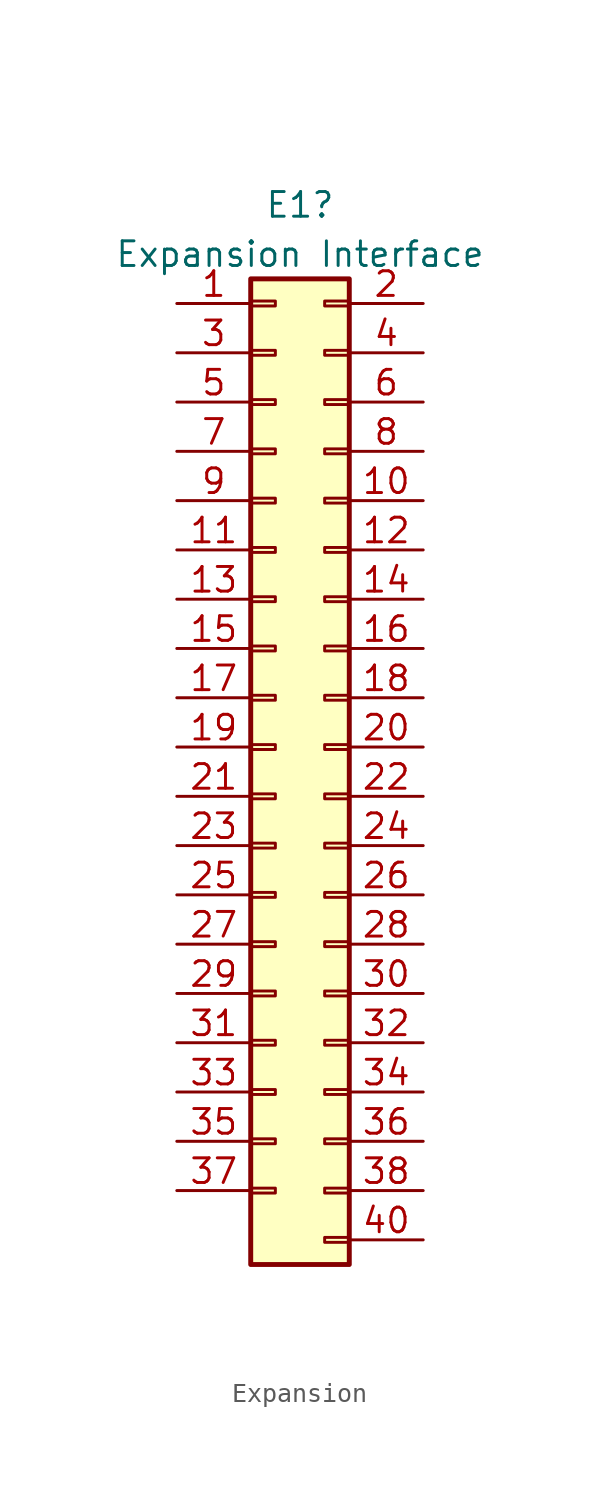
<source format=kicad_sym>
(kicad_symbol_lib
  (version 20220914)
  (generator kicad_symbol_editor)
  (symbol "Expansion"
    (pin_names
      (offset 1.016) hide)
    (property "Reference" "E1"
      (at 1.27 27.94 0)
      (effects (font (size 1.27 1.27))))
    (property "Value" "Expansion Interface"
      (at 1.27 25.4 0)
      (effects (font (size 1.27 1.27))))
    (symbol "Expansion_1_1"
      (rectangle (start -1.27 -22.733) (end 0 -22.987) (stroke (width 0.152) (type default)) (fill (type none)))
      (rectangle (start -1.27 -20.193) (end 0 -20.447) (stroke (width 0.152) (type default)) (fill (type none)))
      (rectangle (start -1.27 -17.653) (end 0 -17.907) (stroke (width 0.152) (type default)) (fill (type none)))
      (rectangle (start -1.27 -15.113) (end 0 -15.367) (stroke (width 0.152) (type default)) (fill (type none)))
      (rectangle (start -1.27 -12.573) (end 0 -12.827) (stroke (width 0.152) (type default)) (fill (type none)))
      (rectangle (start -1.27 -10.033) (end 0 -10.287) (stroke (width 0.152) (type default)) (fill (type none)))
      (rectangle (start -1.27 -7.493) (end 0 -7.747) (stroke (width 0.152) (type default)) (fill (type none)))
      (rectangle (start -1.27 -4.953) (end 0 -5.207) (stroke (width 0.152) (type default)) (fill (type none)))
      (rectangle (start -1.27 -2.413) (end 0 -2.667) (stroke (width 0.152) (type default)) (fill (type none)))
      (rectangle (start -1.27 0.127) (end 0 -0.127) (stroke (width 0.152) (type default)) (fill (type none)))
      (rectangle (start -1.27 2.667) (end 0 2.413) (stroke (width 0.152) (type default)) (fill (type none)))
      (rectangle (start -1.27 5.207) (end 0 4.953) (stroke (width 0.152) (type default)) (fill (type none)))
      (rectangle (start -1.27 7.747) (end 0 7.493) (stroke (width 0.152) (type default)) (fill (type none)))
      (rectangle (start -1.27 10.287) (end 0 10.033) (stroke (width 0.152) (type default)) (fill (type none)))
      (rectangle (start -1.27 12.827) (end 0 12.573) (stroke (width 0.152) (type default)) (fill (type none)))
      (rectangle (start -1.27 15.367) (end 0 15.113) (stroke (width 0.152) (type default)) (fill (type none)))
      (rectangle (start -1.27 17.907) (end 0 17.653) (stroke (width 0.152) (type default)) (fill (type none)))
      (rectangle (start -1.27 20.447) (end 0 20.193) (stroke (width 0.152) (type default)) (fill (type none)))
      (rectangle (start -1.27 22.987) (end 0 22.733) (stroke (width 0.152) (type default)) (fill (type none)))
      (rectangle (start -1.27 24.13) (end 3.81 -26.67) (stroke (width 0.254) (type default)) (fill (type background)))
      (rectangle (start 3.81 -25.273) (end 2.54 -25.527) (stroke (width 0.152) (type default)) (fill (type none)))
      (rectangle (start 3.81 -22.733) (end 2.54 -22.987) (stroke (width 0.152) (type default)) (fill (type none)))
      (rectangle (start 3.81 -20.193) (end 2.54 -20.447) (stroke (width 0.152) (type default)) (fill (type none)))
      (rectangle (start 3.81 -17.653) (end 2.54 -17.907) (stroke (width 0.152) (type default)) (fill (type none)))
      (rectangle (start 3.81 -15.113) (end 2.54 -15.367) (stroke (width 0.152) (type default)) (fill (type none)))
      (rectangle (start 3.81 -12.573) (end 2.54 -12.827) (stroke (width 0.152) (type default)) (fill (type none)))
      (rectangle (start 3.81 -10.033) (end 2.54 -10.287) (stroke (width 0.152) (type default)) (fill (type none)))
      (rectangle (start 3.81 -7.493) (end 2.54 -7.747) (stroke (width 0.152) (type default)) (fill (type none)))
      (rectangle (start 3.81 -4.953) (end 2.54 -5.207) (stroke (width 0.152) (type default)) (fill (type none)))
      (rectangle (start 3.81 -2.413) (end 2.54 -2.667) (stroke (width 0.152) (type default)) (fill (type none)))
      (rectangle (start 3.81 0.127) (end 2.54 -0.127) (stroke (width 0.152) (type default)) (fill (type none)))
      (rectangle (start 3.81 2.667) (end 2.54 2.413) (stroke (width 0.152) (type default)) (fill (type none)))
      (rectangle (start 3.81 5.207) (end 2.54 4.953) (stroke (width 0.152) (type default)) (fill (type none)))
      (rectangle (start 3.81 7.747) (end 2.54 7.493) (stroke (width 0.152) (type default)) (fill (type none)))
      (rectangle (start 3.81 10.287) (end 2.54 10.033) (stroke (width 0.152) (type default)) (fill (type none)))
      (rectangle (start 3.81 12.827) (end 2.54 12.573) (stroke (width 0.152) (type default)) (fill (type none)))
      (rectangle (start 3.81 15.367) (end 2.54 15.113) (stroke (width 0.152) (type default)) (fill (type none)))
      (rectangle (start 3.81 17.907) (end 2.54 17.653) (stroke (width 0.152) (type default)) (fill (type none)))
      (rectangle (start 3.81 20.447) (end 2.54 20.193) (stroke (width 0.152) (type default)) (fill (type none)))
      (rectangle (start 3.81 22.987) (end 2.54 22.733) (stroke (width 0.152) (type default)) (fill (type none)))
      (pin passive line (at -5.08 22.86 0) (length 3.81) (name "Pin_1" (effects (font (size 1.27 1.27)))) (number "1" (effects (font (size 1.27 1.27)))))
      (pin passive line (at 7.62 12.7 180) (length 3.81) (name "Pin_10" (effects (font (size 1.27 1.27)))) (number "10" (effects (font (size 1.27 1.27)))))
      (pin passive line (at -5.08 10.16 0) (length 3.81) (name "Pin_11" (effects (font (size 1.27 1.27)))) (number "11" (effects (font (size 1.27 1.27)))))
      (pin passive line (at 7.62 10.16 180) (length 3.81) (name "Pin_12" (effects (font (size 1.27 1.27)))) (number "12" (effects (font (size 1.27 1.27)))))
      (pin passive line (at -5.08 7.62 0) (length 3.81) (name "Pin_13" (effects (font (size 1.27 1.27)))) (number "13" (effects (font (size 1.27 1.27)))))
      (pin passive line (at 7.62 7.62 180) (length 3.81) (name "Pin_14" (effects (font (size 1.27 1.27)))) (number "14" (effects (font (size 1.27 1.27)))))
      (pin passive line (at -5.08 5.08 0) (length 3.81) (name "Pin_15" (effects (font (size 1.27 1.27)))) (number "15" (effects (font (size 1.27 1.27)))))
      (pin passive line (at 7.62 5.08 180) (length 3.81) (name "Pin_16" (effects (font (size 1.27 1.27)))) (number "16" (effects (font (size 1.27 1.27)))))
      (pin passive line (at -5.08 2.54 0) (length 3.81) (name "Pin_17" (effects (font (size 1.27 1.27)))) (number "17" (effects (font (size 1.27 1.27)))))
      (pin passive line (at 7.62 2.54 180) (length 3.81) (name "Pin_18" (effects (font (size 1.27 1.27)))) (number "18" (effects (font (size 1.27 1.27)))))
      (pin passive line (at -5.08 0 0) (length 3.81) (name "Pin_19" (effects (font (size 1.27 1.27)))) (number "19" (effects (font (size 1.27 1.27)))))
      (pin passive line (at 7.62 22.86 180) (length 3.81) (name "Pin_2" (effects (font (size 1.27 1.27)))) (number "2" (effects (font (size 1.27 1.27)))))
      (pin passive line (at 7.62 0 180) (length 3.81) (name "Pin_20" (effects (font (size 1.27 1.27)))) (number "20" (effects (font (size 1.27 1.27)))))
      (pin passive line (at -5.08 -2.54 0) (length 3.81) (name "Pin_21" (effects (font (size 1.27 1.27)))) (number "21" (effects (font (size 1.27 1.27)))))
      (pin passive line (at 7.62 -2.54 180) (length 3.81) (name "Pin_22" (effects (font (size 1.27 1.27)))) (number "22" (effects (font (size 1.27 1.27)))))
      (pin passive line (at -5.08 -5.08 0) (length 3.81) (name "Pin_23" (effects (font (size 1.27 1.27)))) (number "23" (effects (font (size 1.27 1.27)))))
      (pin passive line (at 7.62 -5.08 180) (length 3.81) (name "Pin_24" (effects (font (size 1.27 1.27)))) (number "24" (effects (font (size 1.27 1.27)))))
      (pin passive line (at -5.08 -7.62 0) (length 3.81) (name "Pin_25" (effects (font (size 1.27 1.27)))) (number "25" (effects (font (size 1.27 1.27)))))
      (pin passive line (at 7.62 -7.62 180) (length 3.81) (name "Pin_26" (effects (font (size 1.27 1.27)))) (number "26" (effects (font (size 1.27 1.27)))))
      (pin passive line (at -5.08 -10.16 0) (length 3.81) (name "Pin_27" (effects (font (size 1.27 1.27)))) (number "27" (effects (font (size 1.27 1.27)))))
      (pin passive line (at 7.62 -10.16 180) (length 3.81) (name "Pin_28" (effects (font (size 1.27 1.27)))) (number "28" (effects (font (size 1.27 1.27)))))
      (pin passive line (at -5.08 -12.7 0) (length 3.81) (name "Pin_29" (effects (font (size 1.27 1.27)))) (number "29" (effects (font (size 1.27 1.27)))))
      (pin passive line (at -5.08 20.32 0) (length 3.81) (name "Pin_3" (effects (font (size 1.27 1.27)))) (number "3" (effects (font (size 1.27 1.27)))))
      (pin passive line (at 7.62 -12.7 180) (length 3.81) (name "Pin_30" (effects (font (size 1.27 1.27)))) (number "30" (effects (font (size 1.27 1.27)))))
      (pin passive line (at -5.08 -15.24 0) (length 3.81) (name "Pin_31" (effects (font (size 1.27 1.27)))) (number "31" (effects (font (size 1.27 1.27)))))
      (pin passive line (at 7.62 -15.24 180) (length 3.81) (name "Pin_32" (effects (font (size 1.27 1.27)))) (number "32" (effects (font (size 1.27 1.27)))))
      (pin passive line (at -5.08 -17.78 0) (length 3.81) (name "Pin_33" (effects (font (size 1.27 1.27)))) (number "33" (effects (font (size 1.27 1.27)))))
      (pin passive line (at 7.62 -17.78 180) (length 3.81) (name "Pin_34" (effects (font (size 1.27 1.27)))) (number "34" (effects (font (size 1.27 1.27)))))
      (pin passive line (at -5.08 -20.32 0) (length 3.81) (name "Pin_35" (effects (font (size 1.27 1.27)))) (number "35" (effects (font (size 1.27 1.27)))))
      (pin passive line (at 7.62 -20.32 180) (length 3.81) (name "Pin_36" (effects (font (size 1.27 1.27)))) (number "36" (effects (font (size 1.27 1.27)))))
      (pin passive line (at -5.08 -22.86 0) (length 3.81) (name "Pin_37" (effects (font (size 1.27 1.27)))) (number "37" (effects (font (size 1.27 1.27)))))
      (pin passive line (at 7.62 -22.86 180) (length 3.81) (name "Pin_38" (effects (font (size 1.27 1.27)))) (number "38" (effects (font (size 1.27 1.27)))))
      (pin passive line (at 7.62 20.32 180) (length 3.81) (name "Pin_4" (effects (font (size 1.27 1.27)))) (number "4" (effects (font (size 1.27 1.27)))))
      (pin passive line (at 7.62 -25.4 180) (length 3.81) (name "Pin_40" (effects (font (size 1.27 1.27)))) (number "40" (effects (font (size 1.27 1.27)))))
      (pin passive line (at -5.08 17.78 0) (length 3.81) (name "Pin_5" (effects (font (size 1.27 1.27)))) (number "5" (effects (font (size 1.27 1.27)))))
      (pin passive line (at 7.62 17.78 180) (length 3.81) (name "Pin_6" (effects (font (size 1.27 1.27)))) (number "6" (effects (font (size 1.27 1.27)))))
      (pin passive line (at -5.08 15.24 0) (length 3.81) (name "Pin_7" (effects (font (size 1.27 1.27)))) (number "7" (effects (font (size 1.27 1.27)))))
      (pin passive line (at 7.62 15.24 180) (length 3.81) (name "Pin_8" (effects (font (size 1.27 1.27)))) (number "8" (effects (font (size 1.27 1.27)))))
      (pin passive line (at -5.08 12.7 0) (length 3.81) (name "Pin_9" (effects (font (size 1.27 1.27)))) (number "9" (effects (font (size 1.27 1.27))))))))
</source>
